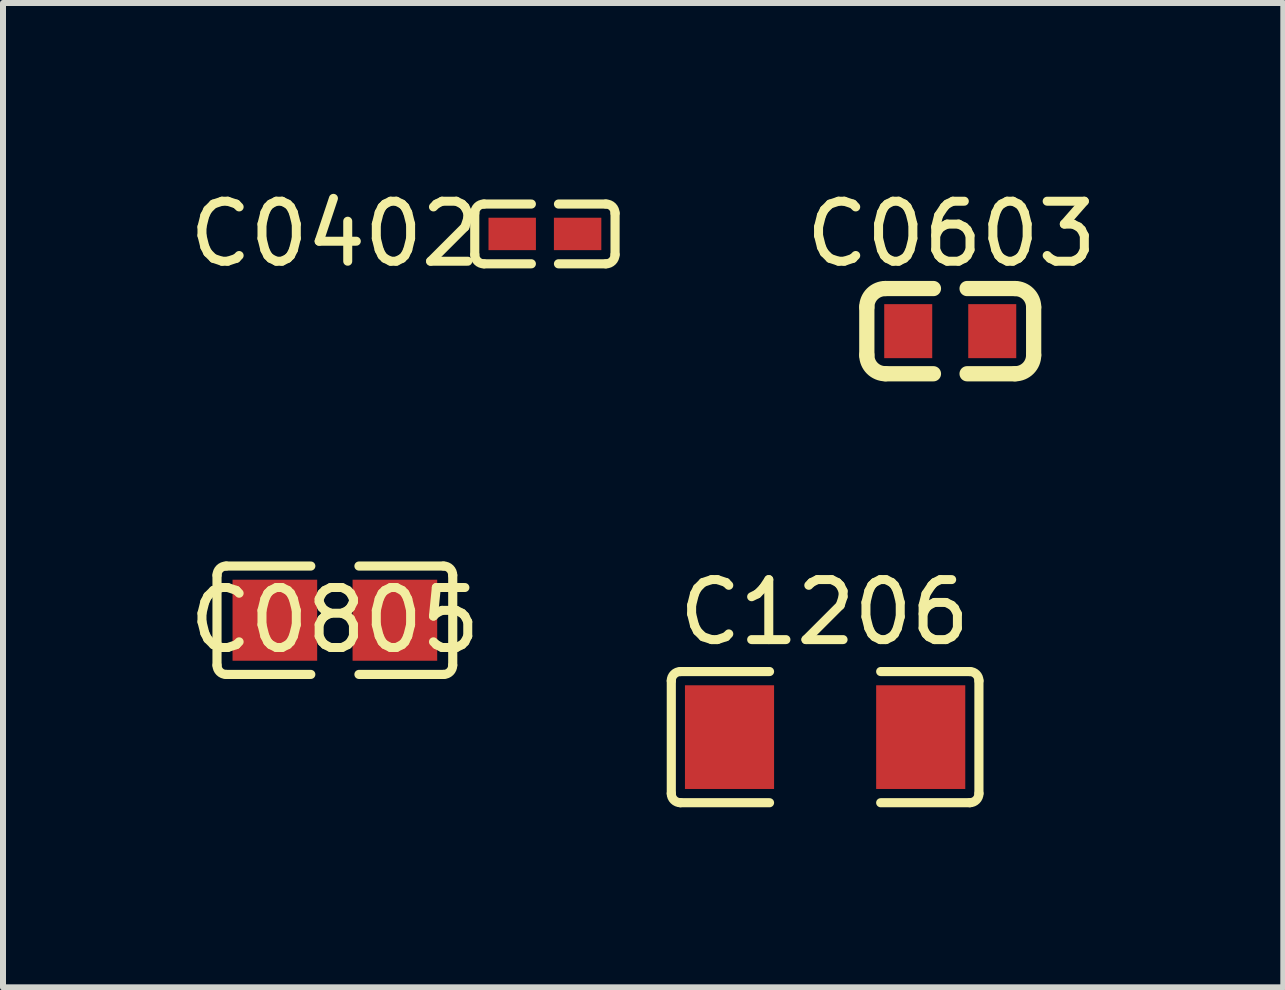
<source format=kicad_pcb>
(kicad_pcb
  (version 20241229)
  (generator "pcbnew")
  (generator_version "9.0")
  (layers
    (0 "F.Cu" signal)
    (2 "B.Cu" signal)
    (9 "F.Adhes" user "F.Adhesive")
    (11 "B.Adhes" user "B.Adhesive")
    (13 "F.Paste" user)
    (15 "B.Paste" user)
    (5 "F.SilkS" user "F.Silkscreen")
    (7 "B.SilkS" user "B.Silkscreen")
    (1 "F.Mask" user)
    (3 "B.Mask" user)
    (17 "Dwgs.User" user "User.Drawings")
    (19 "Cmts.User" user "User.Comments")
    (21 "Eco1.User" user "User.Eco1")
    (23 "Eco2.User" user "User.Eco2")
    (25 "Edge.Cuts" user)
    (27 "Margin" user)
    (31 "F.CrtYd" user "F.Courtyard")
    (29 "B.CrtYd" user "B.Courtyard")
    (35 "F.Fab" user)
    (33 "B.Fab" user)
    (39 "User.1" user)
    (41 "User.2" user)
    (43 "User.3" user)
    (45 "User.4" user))
  (footprint "C1206"
    (layer "F.Cu")
    (at 10.699 9.233)
    (property "Reference" "C1206" (at -0.01 -2.08 0) (layer "F.SilkS") (effects (font (size 1 1) (thickness 0.15))))
    (fp_line (start -2.563 0.94) (end -2.563 -0.94) (stroke (width 0.152) (type default)) (layer "F.SilkS"))
    (fp_line (start -2.411 -1.093) (end -0.926 -1.093) (stroke (width 0.152) (type default)) (layer "F.SilkS"))
    (fp_line (start -0.926 1.093) (end -2.411 1.093) (stroke (width 0.152) (type default)) (layer "F.SilkS"))
    (fp_line (start 0.926 1.093) (end 2.411 1.093) (stroke (width 0.152) (type default)) (layer "F.SilkS"))
    (fp_line (start 2.411 -1.093) (end 0.926 -1.093) (stroke (width 0.152) (type default)) (layer "F.SilkS"))
    (fp_line (start 2.563 0.94) (end 2.563 -0.94) (stroke (width 0.152) (type default)) (layer "F.SilkS"))
    (fp_arc (start -2.5635 -0.94) (mid -2.518834 -1.047834) (end -2.411 -1.0925) (stroke (width 0.1525) (type default)) (layer "F.SilkS"))
    (fp_arc (start -2.411 1.0925) (mid -2.518834 1.047834) (end -2.5635 0.94) (stroke (width 0.1525) (type default)) (layer "F.SilkS"))
    (fp_arc (start 2.411 -1.0925) (mid 2.518834 -1.047834) (end 2.5635 -0.94) (stroke (width 0.1525) (type default)) (layer "F.SilkS"))
    (fp_arc (start 2.5635 0.94) (mid 2.518834 1.047834) (end 2.411 1.0925) (stroke (width 0.1525) (type default)) (layer "F.SilkS"))
    (fp_poly (pts (xy -0.85 0.764) (xy -0.85 0.394) (xy -0.95 0.294) (xy -1.255 0.294) (xy -1.355 0.194) (xy -1.355 -0.194) (xy -1.255 -0.294) (xy -0.95 -0.294) (xy -0.85 -0.394) (xy -0.85 -0.764) (xy -0.95 -0.864) (xy -2.235 -0.864) (xy -2.335 -0.764) (xy -2.335 0.764) (xy -2.235 0.864) (xy -0.95 0.864)) (stroke (width 0) (type default)) (fill yes) (layer "F.Paste"))
    (fp_poly (pts (xy 0.85 0.764) (xy 0.85 0.394) (xy 0.95 0.294) (xy 1.255 0.294) (xy 1.355 0.194) (xy 1.355 -0.194) (xy 1.255 -0.294) (xy 0.95 -0.294) (xy 0.85 -0.394) (xy 0.85 -0.764) (xy 0.95 -0.864) (xy 2.235 -0.864) (xy 2.335 -0.764) (xy 2.335 0.764) (xy 2.235 0.864) (xy 0.95 0.864)) (stroke (width 0) (type default)) (fill yes) (layer "F.Paste"))
    (fp_poly (pts (xy -1.6 0.8) (xy -1.6 -0.8) (xy -1.1 -0.8) (xy -1.1 0.8)) (stroke (width 0.1) (type default)) (fill no) (layer "User.1"))
    (fp_poly (pts (xy 1.6 0.8) (xy 1.6 -0.8) (xy 1.1 -0.8) (xy 1.1 0.8)) (stroke (width 0.1) (type default)) (fill no) (layer "User.1"))
    (fp_line (start -1.6 -0.8) (end 1.6 -0.8) (stroke (width 0.051) (type default)) (layer "User.2"))
    (fp_line (start -1.6 0.8) (end -1.6 -0.8) (stroke (width 0.051) (type default)) (layer "User.2"))
    (fp_line (start 1.6 -0.8) (end 1.6 0.8) (stroke (width 0.051) (type default)) (layer "User.2"))
    (fp_line (start 1.6 0.8) (end -1.6 0.8) (stroke (width 0.051) (type default)) (layer "User.2"))
    (fp_poly (pts (xy -1.54 0.8) (xy -1.558 0.758) (xy -1.6 0.74) (xy -1.642 0.758) (xy -1.66 0.8) (xy -1.642 0.842) (xy -1.6 0.86) (xy -1.558 0.842)) (stroke (width 0.1) (type default)) (fill no) (layer "User.3"))
    (pad "1" smd rect (at -1.593 0) (size 1.485 1.728) (layers "F.Cu" "F.Mask" "F.Paste"))
    (pad "2" smd rect (at 1.593 0) (size 1.485 1.728) (layers "F.Cu" "F.Mask" "F.Paste")))
  (footprint "C0603"
    (layer "F.Cu")
    (at 12.784 2.468)
    (property "Reference" "C0603" (at 0.02 -1.62 0) (layer "F.SilkS") (effects (font (size 1 1) (thickness 0.15))))
    (fp_line (start -1.39 0.4) (end -1.39 -0.401) (stroke (width 0.254) (type default)) (layer "F.SilkS"))
    (fp_line (start -0.28 -0.71) (end -1.08 -0.71) (stroke (width 0.254) (type default)) (layer "F.SilkS"))
    (fp_line (start -0.28 0.71) (end -1.08 0.71) (stroke (width 0.254) (type default)) (layer "F.SilkS"))
    (fp_line (start 0.281 -0.71) (end 1.08 -0.71) (stroke (width 0.254) (type default)) (layer "F.SilkS"))
    (fp_line (start 0.281 0.71) (end 1.08 0.71) (stroke (width 0.254) (type default)) (layer "F.SilkS"))
    (fp_line (start 1.39 -0.4) (end 1.39 0.401) (stroke (width 0.254) (type default)) (layer "F.SilkS"))
    (fp_arc (start -1.39 -0.4) (mid -1.29938 -0.619527) (end -1.08 -0.71) (stroke (width 0.254) (type default)) (layer "F.SilkS"))
    (fp_arc (start -1.08 0.7095) (mid -1.299203 0.618703) (end -1.39 0.3995) (stroke (width 0.254) (type default)) (layer "F.SilkS"))
    (fp_arc (start 1.08 -0.7095) (mid 1.29885 -0.61885) (end 1.39 -0.4) (stroke (width 0.254) (type default)) (layer "F.SilkS"))
    (fp_arc (start 1.39 0.4) (mid 1.299203 0.619203) (end 1.08 0.71) (stroke (width 0.254) (type default)) (layer "F.SilkS"))
    (fp_poly (pts (xy -0.8 0.4) (xy -0.8 -0.4) (xy -0.5 -0.4) (xy -0.5 0.4)) (stroke (width 0.1) (type default)) (fill no) (layer "User.1"))
    (fp_poly (pts (xy 0.8 0.4) (xy 0.8 -0.4) (xy 0.5 -0.4) (xy 0.5 0.4)) (stroke (width 0.1) (type default)) (fill no) (layer "User.1"))
    (fp_line (start -0.8 -0.4) (end 0.8 -0.4) (stroke (width 0.051) (type default)) (layer "User.2"))
    (fp_line (start -0.8 0.4) (end -0.8 -0.4) (stroke (width 0.051) (type default)) (layer "User.2"))
    (fp_line (start 0.8 -0.4) (end 0.8 0.4) (stroke (width 0.051) (type default)) (layer "User.2"))
    (fp_line (start 0.8 0.4) (end -0.8 0.4) (stroke (width 0.051) (type default)) (layer "User.2"))
    (fp_poly (pts (xy -0.74 0.4) (xy -0.758 0.358) (xy -0.8 0.34) (xy -0.842 0.358) (xy -0.86 0.4) (xy -0.842 0.442) (xy -0.8 0.46) (xy -0.758 0.442)) (stroke (width 0.1) (type default)) (fill no) (layer "User.3"))
    (pad "1" smd rect (at -0.7 0) (size 0.8 0.9) (layers "F.Cu" "F.Mask" "F.Paste"))
    (pad "2" smd rect (at 0.7 0) (size 0.8 0.9) (layers "F.Cu" "F.Mask" "F.Paste")))
  (footprint "C0402"
    (layer "F.Cu")
    (at 6.03 0.848)
    (property "Reference" "C0402" (at -3.5 0 0) (layer "F.SilkS") (effects (font (size 1 1) (thickness 0.15))))
    (fp_line (start -1.169 0.346) (end -1.169 -0.346) (stroke (width 0.152) (type default)) (layer "F.SilkS"))
    (fp_line (start -1.016 -0.498) (end -0.226 -0.498) (stroke (width 0.152) (type default)) (layer "F.SilkS"))
    (fp_line (start -0.226 0.498) (end -1.016 0.498) (stroke (width 0.152) (type default)) (layer "F.SilkS"))
    (fp_line (start 0.226 0.498) (end 1.016 0.498) (stroke (width 0.152) (type default)) (layer "F.SilkS"))
    (fp_line (start 1.016 -0.498) (end 0.226 -0.498) (stroke (width 0.152) (type default)) (layer "F.SilkS"))
    (fp_line (start 1.169 0.346) (end 1.169 -0.346) (stroke (width 0.152) (type default)) (layer "F.SilkS"))
    (fp_arc (start -1.1685 -0.346) (mid -1.12398 -0.45348) (end -1.0165 -0.4985) (stroke (width 0.1525) (type default)) (layer "F.SilkS"))
    (fp_arc (start -1.0165 0.4985) (mid -1.124334 0.453834) (end -1.1685 0.346) (stroke (width 0.1525) (type default)) (layer "F.SilkS"))
    (fp_arc (start 1.0165 -0.4985) (mid 1.124334 -0.453834) (end 1.1685 -0.346) (stroke (width 0.1525) (type default)) (layer "F.SilkS"))
    (fp_arc (start 1.1685 0.346) (mid 1.12398 0.45348) (end 1.0165 0.4985) (stroke (width 0.1525) (type default)) (layer "F.SilkS"))
    (fp_poly (pts (xy -0.18 -0.225) (xy -0.18 0.225) (xy -0.25 0.275) (xy -0.73 0.275) (xy -0.78 0.225) (xy -0.78 -0.225) (xy -0.73 -0.275) (xy -0.25 -0.275)) (stroke (width 0) (type default)) (fill yes) (layer "F.Paste"))
    (fp_poly (pts (xy 0.78 -0.225) (xy 0.78 0.225) (xy 0.73 0.275) (xy 0.25 0.275) (xy 0.18 0.225) (xy 0.18 -0.225) (xy 0.25 -0.275) (xy 0.73 -0.275)) (stroke (width 0) (type default)) (fill yes) (layer "F.Paste"))
    (fp_poly (pts (xy -0.5 0.25) (xy -0.5 -0.25) (xy -0.25 -0.25) (xy -0.25 0.25)) (stroke (width 0.1) (type default)) (fill no) (layer "User.1"))
    (fp_poly (pts (xy 0.5 0.25) (xy 0.5 -0.25) (xy 0.25 -0.25) (xy 0.25 0.25)) (stroke (width 0.1) (type default)) (fill no) (layer "User.1"))
    (fp_line (start -0.5 -0.25) (end 0.5 -0.25) (stroke (width 0.051) (type default)) (layer "User.2"))
    (fp_line (start -0.5 0.25) (end -0.5 -0.25) (stroke (width 0.051) (type default)) (layer "User.2"))
    (fp_line (start 0.5 -0.25) (end 0.5 0.25) (stroke (width 0.051) (type default)) (layer "User.2"))
    (fp_line (start 0.5 0.25) (end -0.5 0.25) (stroke (width 0.051) (type default)) (layer "User.2"))
    (fp_poly (pts (xy -0.44 0.25) (xy -0.458 0.208) (xy -0.5 0.19) (xy -0.542 0.208) (xy -0.56 0.25) (xy -0.542 0.292) (xy -0.5 0.31) (xy -0.458 0.292)) (stroke (width 0.1) (type default)) (fill no) (layer "User.3"))
    (pad "1" smd rect (at -0.545 0) (size 0.79 0.54) (layers "F.Cu" "F.Mask" "F.Paste"))
    (pad "2" smd rect (at 0.545 0) (size 0.79 0.54) (layers "F.Cu" "F.Mask" "F.Paste")))
  (footprint "C0805"
    (layer "F.Cu")
    (at 2.53 7.285)
    (property "Reference" "C0805" (at 0 0 0) (layer "F.SilkS") (effects (font (size 1 1) (thickness 0.15))))
    (fp_line (start -1.964 0.751) (end -1.964 -0.751) (stroke (width 0.152) (type default)) (layer "F.SilkS"))
    (fp_line (start -1.811 -0.903) (end -0.401 -0.903) (stroke (width 0.152) (type default)) (layer "F.SilkS"))
    (fp_line (start -0.401 0.903) (end -1.811 0.903) (stroke (width 0.152) (type default)) (layer "F.SilkS"))
    (fp_line (start 0.401 0.903) (end 1.811 0.903) (stroke (width 0.152) (type default)) (layer "F.SilkS"))
    (fp_line (start 1.811 -0.903) (end 0.401 -0.903) (stroke (width 0.152) (type default)) (layer "F.SilkS"))
    (fp_line (start 1.964 0.751) (end 1.964 -0.751) (stroke (width 0.152) (type default)) (layer "F.SilkS"))
    (fp_arc (start -1.9635 -0.751) (mid -1.918834 -0.858834) (end -1.811 -0.9035) (stroke (width 0.1525) (type default)) (layer "F.SilkS"))
    (fp_arc (start -1.811 0.9035) (mid -1.918834 0.858834) (end -1.9635 0.751) (stroke (width 0.1525) (type default)) (layer "F.SilkS"))
    (fp_arc (start 1.811 -0.9035) (mid 1.918834 -0.858834) (end 1.9635 -0.751) (stroke (width 0.1525) (type default)) (layer "F.SilkS"))
    (fp_arc (start 1.9635 0.751) (mid 1.918834 0.858834) (end 1.811 0.9035) (stroke (width 0.1525) (type default)) (layer "F.SilkS"))
    (fp_poly (pts (xy -1.705 0.64) (xy -1.705 -0.64) (xy -1.655 -0.69) (xy -0.505 -0.69) (xy -0.455 -0.64) (xy -0.45 -0.23) (xy -0.9 -0.23) (xy -0.9 0.22) (xy -0.46 0.22) (xy -0.455 0.64) (xy -0.505 0.69) (xy -1.655 0.69)) (stroke (width 0) (type default)) (fill yes) (layer "F.Paste"))
    (fp_poly (pts (xy 1.705 -0.64) (xy 1.705 0.64) (xy 1.655 0.69) (xy 0.505 0.69) (xy 0.455 0.64) (xy 0.45 0.23) (xy 0.9 0.23) (xy 0.9 -0.22) (xy 0.46 -0.22) (xy 0.455 -0.64) (xy 0.505 -0.69) (xy 1.655 -0.69)) (stroke (width 0) (type default)) (fill yes) (layer "F.Paste"))
    (fp_poly (pts (xy -1 0.625) (xy -1 -0.625) (xy -0.5 -0.625) (xy -0.5 0.625)) (stroke (width 0.1) (type default)) (fill no) (layer "User.1"))
    (fp_poly (pts (xy 1 -0.625) (xy 1 0.625) (xy 0.5 0.625) (xy 0.5 -0.625)) (stroke (width 0.1) (type default)) (fill no) (layer "User.1"))
    (fp_line (start -1 -0.625) (end 1 -0.625) (stroke (width 0.051) (type default)) (layer "User.2"))
    (fp_line (start -1 0.625) (end -1 -0.625) (stroke (width 0.051) (type default)) (layer "User.2"))
    (fp_line (start 1 -0.625) (end 1 0.625) (stroke (width 0.051) (type default)) (layer "User.2"))
    (fp_line (start 1 0.625) (end -1 0.625) (stroke (width 0.051) (type default)) (layer "User.2"))
    (fp_poly (pts (xy -0.94 0.625) (xy -0.958 0.583) (xy -1 0.565) (xy -1.042 0.583) (xy -1.06 0.625) (xy -1.042 0.667) (xy -1 0.685) (xy -0.958 0.667)) (stroke (width 0.1) (type default)) (fill no) (layer "User.3"))
    (pad "1" smd rect (at -1 0) (size 1.41 1.35) (layers "F.Cu" "F.Mask" "F.Paste"))
    (pad "2" smd rect (at 1 0) (size 1.41 1.35) (layers "F.Cu" "F.Mask" "F.Paste")))
  (gr_rect
    (start -3 -3)
    (end 18.334 13.402)
    (stroke (width 0.1) (type default))
    (fill no)
    (layer "Edge.Cuts")))
</source>
